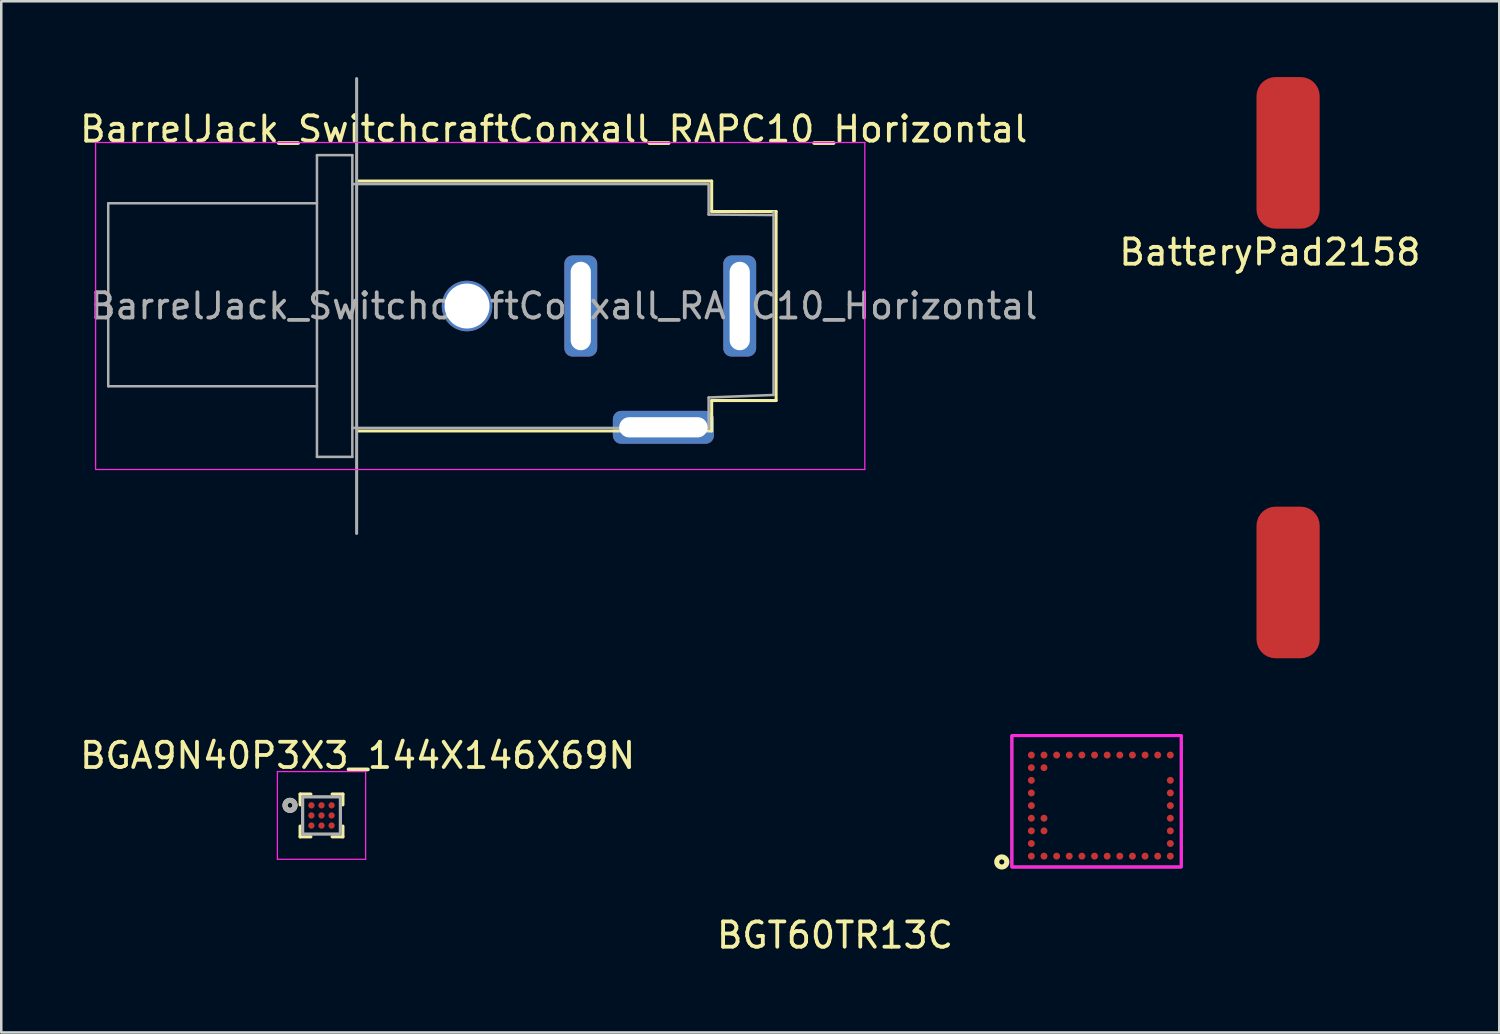
<source format=kicad_pcb>
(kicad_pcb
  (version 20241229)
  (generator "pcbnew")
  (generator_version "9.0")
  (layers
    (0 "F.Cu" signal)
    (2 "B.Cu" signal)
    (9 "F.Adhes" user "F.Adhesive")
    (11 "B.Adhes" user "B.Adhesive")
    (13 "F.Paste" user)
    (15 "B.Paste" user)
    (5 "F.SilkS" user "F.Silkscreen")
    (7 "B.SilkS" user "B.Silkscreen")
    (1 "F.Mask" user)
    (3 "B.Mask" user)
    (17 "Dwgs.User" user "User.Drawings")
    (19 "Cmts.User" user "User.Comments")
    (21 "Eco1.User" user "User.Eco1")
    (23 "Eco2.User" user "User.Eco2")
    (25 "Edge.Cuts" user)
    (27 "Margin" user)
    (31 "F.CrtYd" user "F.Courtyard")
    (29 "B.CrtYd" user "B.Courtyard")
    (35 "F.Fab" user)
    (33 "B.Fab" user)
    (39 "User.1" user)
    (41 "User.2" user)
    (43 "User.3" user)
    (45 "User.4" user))
  (footprint "BarrelJack_SwitchcraftConxall_RAPC10_Horizontal"
    (layer "F.Cu")
    (at 11.063 9.06)
    (property "Reference" "BarrelJack_SwitchcraftConxall_RAPC10_Horizontal" (at 7.8 -7 0) (layer "F.SilkS") (effects (font (size 1 1) (thickness 0.15))))
    (attr through_hole)
    (fp_line (start 0.05 4.945) (end 14.05 4.945) (stroke (width 0.12) (type solid)) (layer "F.SilkS"))
    (fp_line (start 14.05 -4.945) (end 0.05 -4.945) (stroke (width 0.12) (type solid)) (layer "F.SilkS"))
    (fp_line (start 14.05 -3.74) (end 14.05 -4.945) (stroke (width 0.12) (type solid)) (layer "F.SilkS"))
    (fp_line (start 14.05 3.74) (end 16.6 3.74) (stroke (width 0.12) (type solid)) (layer "F.SilkS"))
    (fp_line (start 14.05 4.945) (end 14.05 3.74) (stroke (width 0.12) (type solid)) (layer "F.SilkS"))
    (fp_line (start 16.6 -3.74) (end 14.05 -3.74) (stroke (width 0.12) (type solid)) (layer "F.SilkS"))
    (fp_line (start 16.6 3.74) (end 16.6 -3.74) (stroke (width 0.12) (type solid)) (layer "F.SilkS"))
    (fp_line (start -10.33 -6.47) (end 20.11 -6.47) (stroke (width 0.05) (type solid)) (layer "F.CrtYd"))
    (fp_line (start -10.33 6.47) (end -10.33 -6.47) (stroke (width 0.05) (type solid)) (layer "F.CrtYd"))
    (fp_line (start 20.11 -6.47) (end 20.11 6.47) (stroke (width 0.05) (type solid)) (layer "F.CrtYd"))
    (fp_line (start 20.11 6.47) (end -10.33 6.47) (stroke (width 0.05) (type solid)) (layer "F.CrtYd"))
    (fp_line (start -9.83 -4.065) (end -9.83 3.175) (stroke (width 0.1) (type solid)) (layer "F.Fab"))
    (fp_line (start -9.83 3.175) (end -1.57 3.175) (stroke (width 0.1) (type solid)) (layer "F.Fab"))
    (fp_line (start -1.57 -5.97) (end -1.57 5.97) (stroke (width 0.1) (type solid)) (layer "F.Fab"))
    (fp_line (start -1.57 -5.97) (end -0.17 -5.97) (stroke (width 0.1) (type solid)) (layer "F.Fab"))
    (fp_line (start -1.57 -4.065) (end -9.83 -4.065) (stroke (width 0.1) (type solid)) (layer "F.Fab"))
    (fp_line (start -1.57 5.97) (end -0.17 5.97) (stroke (width 0.1) (type solid)) (layer "F.Fab"))
    (fp_line (start -0.17 -5.97) (end -0.17 5.97) (stroke (width 0.1) (type solid)) (layer "F.Fab"))
    (fp_line (start -0.17 -4.825) (end 13.93 -4.825) (stroke (width 0.1) (type solid)) (layer "F.Fab"))
    (fp_line (start -0.17 4.825) (end 13.93 4.825) (stroke (width 0.1) (type solid)) (layer "F.Fab"))
    (fp_line (start 0 -9) (end 0 9) (stroke (width 0.12) (type solid)) (layer "F.Fab"))
    (fp_line (start 13.93 -3.62) (end 13.93 -4.8) (stroke (width 0.1) (type solid)) (layer "F.Fab"))
    (fp_line (start 13.93 3.62) (end 16.5 3.52) (stroke (width 0.1) (type solid)) (layer "F.Fab"))
    (fp_line (start 13.93 4.8) (end 13.93 3.62) (stroke (width 0.1) (type solid)) (layer "F.Fab"))
    (fp_line (start 16.5 -3.6) (end 13.93 -3.62) (stroke (width 0.1) (type solid)) (layer "F.Fab"))
    (fp_line (start 16.5 3.52) (end 16.5 -3.72) (stroke (width 0.1) (type solid)) (layer "F.Fab"))
    (fp_text user "${REFERENCE}" (at 8.2 0 0) (layer "F.Fab") (effects (font (size 1 1) (thickness 0.15))))
    (pad "" np_thru_hole circle (at 4.37 0) (size 2 2) (drill 1.78) (layers "*.Cu" "*.Mask"))
    (pad "1" thru_hole roundrect (at 15.16 0) (size 1.3 4) (drill oval 0.8 3.5) (layers "*.Cu" "*.Mask") (roundrect_rratio 0.25))
    (pad "2" thru_hole roundrect (at 8.87 0) (size 1.3 4) (drill oval 0.8 3.5) (layers "*.Cu" "*.Mask") (roundrect_rratio 0.25))
    (pad "3" thru_hole roundrect (at 12.14 4.8 90) (size 1.3 4) (drill oval 0.8 3.5) (layers "*.Cu" "*.Mask") (roundrect_rratio 0.25)))
  (footprint "BatteryPad2158"
    (layer "F.Cu")
    (at 47.924 11.5)
    (property "Reference" "BatteryPad2158" (at -0.72 -4.57 0) (layer "F.SilkS") (effects (font (size 1 1) (thickness 0.15))))
    (attr through_hole)
    (pad "1" smd roundrect (at 0 -8.5) (size 2.5 6) (layers "F.Cu" "F.Mask") (roundrect_rratio 0.3))
    (pad "2" smd roundrect (at 0 8.5) (size 2.5 6) (layers "F.Cu" "F.Mask") (roundrect_rratio 0.3)))
  (footprint "BGA9N40P3X3_144X146X69N"
    (layer "F.Cu")
    (at 9.673 29.22)
    (property "Reference" "BGA9N40P3X3_144X146X69N" (at 1.429 -2.372 0) (layer "F.SilkS") (effects (font (size 1 1) (thickness 0.15))))
    (attr smd)
    (fp_line (start -0.845 -0.845) (end -0.845 -0.422) (stroke (width 0.127) (type solid)) (layer "F.SilkS"))
    (fp_line (start -0.845 -0.845) (end -0.422 -0.845) (stroke (width 0.127) (type solid)) (layer "F.SilkS"))
    (fp_line (start -0.845 0.845) (end -0.845 0.422) (stroke (width 0.127) (type solid)) (layer "F.SilkS"))
    (fp_line (start -0.845 0.845) (end -0.422 0.845) (stroke (width 0.127) (type solid)) (layer "F.SilkS"))
    (fp_line (start 0.845 -0.845) (end 0.422 -0.845) (stroke (width 0.127) (type solid)) (layer "F.SilkS"))
    (fp_line (start 0.845 -0.845) (end 0.845 -0.422) (stroke (width 0.127) (type solid)) (layer "F.SilkS"))
    (fp_line (start 0.845 0.845) (end 0.422 0.845) (stroke (width 0.127) (type solid)) (layer "F.SilkS"))
    (fp_line (start 0.845 0.845) (end 0.845 0.422) (stroke (width 0.127) (type solid)) (layer "F.SilkS"))
    (fp_circle (center -1.246 -0.4) (end -1.147 -0.4) (stroke (width 0.2) (type solid)) (fill no) (layer "F.SilkS"))
    (fp_line (start -1.746 -1.736) (end 1.746 -1.736) (stroke (width 0.05) (type solid)) (layer "F.CrtYd"))
    (fp_line (start -1.746 1.736) (end -1.746 -1.736) (stroke (width 0.05) (type solid)) (layer "F.CrtYd"))
    (fp_line (start -1.746 1.736) (end 1.746 1.736) (stroke (width 0.05) (type solid)) (layer "F.CrtYd"))
    (fp_line (start 1.746 1.736) (end 1.746 -1.736) (stroke (width 0.05) (type solid)) (layer "F.CrtYd"))
    (fp_line (start -0.747 0.737) (end -0.747 -0.737) (stroke (width 0.127) (type solid)) (layer "F.Fab"))
    (fp_line (start 0.747 -0.737) (end -0.747 -0.737) (stroke (width 0.127) (type solid)) (layer "F.Fab"))
    (fp_line (start 0.747 0.737) (end -0.747 0.737) (stroke (width 0.127) (type solid)) (layer "F.Fab"))
    (fp_line (start 0.747 0.737) (end 0.747 -0.737) (stroke (width 0.127) (type solid)) (layer "F.Fab"))
    (fp_circle (center -1.246 -0.4) (end -1.147 -0.4) (stroke (width 0.2) (type solid)) (fill no) (layer "F.Fab"))
    (pad "A1" smd circle (at -0.4 -0.4) (size 0.25 0.25) (layers "F.Cu" "F.Mask" "F.Paste"))
    (pad "A2" smd circle (at 0 -0.4) (size 0.25 0.25) (layers "F.Cu" "F.Mask" "F.Paste"))
    (pad "A3" smd circle (at 0.4 -0.4) (size 0.25 0.25) (layers "F.Cu" "F.Mask" "F.Paste"))
    (pad "B1" smd circle (at -0.4 0) (size 0.25 0.25) (layers "F.Cu" "F.Mask" "F.Paste"))
    (pad "B2" smd circle (at 0 0) (size 0.25 0.25) (layers "F.Cu" "F.Mask" "F.Paste"))
    (pad "B3" smd circle (at 0.4 0) (size 0.25 0.25) (layers "F.Cu" "F.Mask" "F.Paste"))
    (pad "C1" smd circle (at -0.4 0.4) (size 0.25 0.25) (layers "F.Cu" "F.Mask" "F.Paste"))
    (pad "C2" smd circle (at 0 0.4) (size 0.25 0.25) (layers "F.Cu" "F.Mask" "F.Paste"))
    (pad "C3" smd circle (at 0.4 0.4) (size 0.25 0.25) (layers "F.Cu" "F.Mask" "F.Paste")))
  (footprint "BGT60TR13C"
    (layer "F.Cu")
    (at 37.094 31.16)
    (property "Reference" "BGT60TR13C" (at -7.1 2.8 0) (unlocked yes) (layer "F.SilkS") (effects (font (size 1 1) (thickness 0.15))))
    (attr smd)
    (fp_rect (start -0.1 -5.1) (end 6.6 0.1) (stroke (width 0.1) (type default)) (fill no) (layer "F.SilkS"))
    (fp_circle (center -0.5 -0.1) (end -0.3 -0.1) (stroke (width 0.2) (type default)) (fill no) (layer "F.SilkS"))
    (fp_rect (start -0.1 -5.1) (end 6.6 0.1) (stroke (width 0.12) (type default)) (fill no) (layer "F.CrtYd"))
    (pad "A1" smd circle (at 0.67 -0.33) (size 0.275 0.275) (layers "F.Cu" "F.Mask" "F.Paste"))
    (pad "A2" smd circle (at 0.67 -0.83) (size 0.275 0.275) (layers "F.Cu" "F.Mask" "F.Paste"))
    (pad "A3" smd circle (at 0.67 -1.33) (size 0.275 0.275) (layers "F.Cu" "F.Mask" "F.Paste"))
    (pad "A4" smd circle (at 0.67 -1.83) (size 0.275 0.275) (layers "F.Cu" "F.Mask" "F.Paste"))
    (pad "A5" smd circle (at 0.67 -2.33) (size 0.275 0.275) (layers "F.Cu" "F.Mask" "F.Paste"))
    (pad "A6" smd circle (at 0.67 -2.83) (size 0.275 0.275) (layers "F.Cu" "F.Mask" "F.Paste"))
    (pad "A7" smd circle (at 0.67 -3.33) (size 0.275 0.275) (layers "F.Cu" "F.Mask" "F.Paste"))
    (pad "A8" smd circle (at 0.67 -3.83) (size 0.275 0.275) (layers "F.Cu" "F.Mask" "F.Paste"))
    (pad "A9" smd circle (at 0.67 -4.33) (size 0.275 0.275) (layers "F.Cu" "F.Mask" "F.Paste"))
    (pad "B1" smd circle (at 1.17 -0.33) (size 0.275 0.275) (layers "F.Cu" "F.Mask" "F.Paste"))
    (pad "B3" smd circle (at 1.17 -1.33) (size 0.275 0.275) (layers "F.Cu" "F.Mask" "F.Paste"))
    (pad "B4" smd circle (at 1.17 -1.83) (size 0.275 0.275) (layers "F.Cu" "F.Mask" "F.Paste"))
    (pad "B8" smd circle (at 1.17 -3.83) (size 0.275 0.275) (layers "F.Cu" "F.Mask" "F.Paste"))
    (pad "B9" smd circle (at 1.17 -4.33) (size 0.275 0.275) (layers "F.Cu" "F.Mask" "F.Paste"))
    (pad "C1" smd circle (at 1.67 -0.33) (size 0.275 0.275) (layers "F.Cu" "F.Mask" "F.Paste"))
    (pad "C9" smd circle (at 1.67 -4.33) (size 0.275 0.275) (layers "F.Cu" "F.Mask" "F.Paste"))
    (pad "D1" smd circle (at 2.17 -0.33) (size 0.275 0.275) (layers "F.Cu" "F.Mask" "F.Paste"))
    (pad "D9" smd circle (at 2.17 -4.33) (size 0.275 0.275) (layers "F.Cu" "F.Mask" "F.Paste"))
    (pad "E1" smd circle (at 2.67 -0.33) (size 0.275 0.275) (layers "F.Cu" "F.Mask" "F.Paste"))
    (pad "E9" smd circle (at 2.67 -4.33) (size 0.275 0.275) (layers "F.Cu" "F.Mask" "F.Paste"))
    (pad "F1" smd circle (at 3.17 -0.33) (size 0.275 0.275) (layers "F.Cu" "F.Mask" "F.Paste"))
    (pad "F9" smd circle (at 3.17 -4.33) (size 0.275 0.275) (layers "F.Cu" "F.Mask" "F.Paste"))
    (pad "G1" smd circle (at 3.67 -0.33) (size 0.275 0.275) (layers "F.Cu" "F.Mask" "F.Paste"))
    (pad "G9" smd circle (at 3.67 -4.33) (size 0.275 0.275) (layers "F.Cu" "F.Mask" "F.Paste"))
    (pad "H1" smd circle (at 4.17 -0.33) (size 0.275 0.275) (layers "F.Cu" "F.Mask" "F.Paste"))
    (pad "H9" smd circle (at 4.17 -4.33) (size 0.275 0.275) (layers "F.Cu" "F.Mask" "F.Paste"))
    (pad "J1" smd circle (at 4.67 -0.33) (size 0.275 0.275) (layers "F.Cu" "F.Mask" "F.Paste"))
    (pad "J9" smd circle (at 4.67 -4.33) (size 0.275 0.275) (layers "F.Cu" "F.Mask" "F.Paste"))
    (pad "K1" smd circle (at 5.17 -0.33) (size 0.275 0.275) (layers "F.Cu" "F.Mask" "F.Paste"))
    (pad "K9" smd circle (at 5.17 -4.33) (size 0.275 0.275) (layers "F.Cu" "F.Mask" "F.Paste"))
    (pad "L1" smd circle (at 5.67 -0.33) (size 0.275 0.275) (layers "F.Cu" "F.Mask" "F.Paste"))
    (pad "L9" smd circle (at 5.67 -4.33) (size 0.275 0.275) (layers "F.Cu" "F.Mask" "F.Paste"))
    (pad "M1" smd circle (at 6.17 -0.33) (size 0.275 0.275) (layers "F.Cu" "F.Mask" "F.Paste"))
    (pad "M2" smd circle (at 6.17 -0.83) (size 0.275 0.275) (layers "F.Cu" "F.Mask" "F.Paste"))
    (pad "M3" smd circle (at 6.17 -1.33) (size 0.275 0.275) (layers "F.Cu" "F.Mask" "F.Paste"))
    (pad "M4" smd circle (at 6.17 -1.83) (size 0.275 0.275) (layers "F.Cu" "F.Mask" "F.Paste"))
    (pad "M5" smd circle (at 6.17 -2.33) (size 0.275 0.275) (layers "F.Cu" "F.Mask" "F.Paste"))
    (pad "M6" smd circle (at 6.17 -2.83) (size 0.275 0.275) (layers "F.Cu" "F.Mask" "F.Paste"))
    (pad "M7" smd circle (at 6.17 -3.33) (size 0.275 0.275) (layers "F.Cu" "F.Mask" "F.Paste"))
    (pad "M9" smd circle (at 6.17 -4.33) (size 0.275 0.275) (layers "F.Cu" "F.Mask" "F.Paste")))
  (gr_rect
    (start -3 -3)
    (end 56.281 37.808)
    (stroke (width 0.1) (type default))
    (fill no)
    (layer "Edge.Cuts")))
</source>
